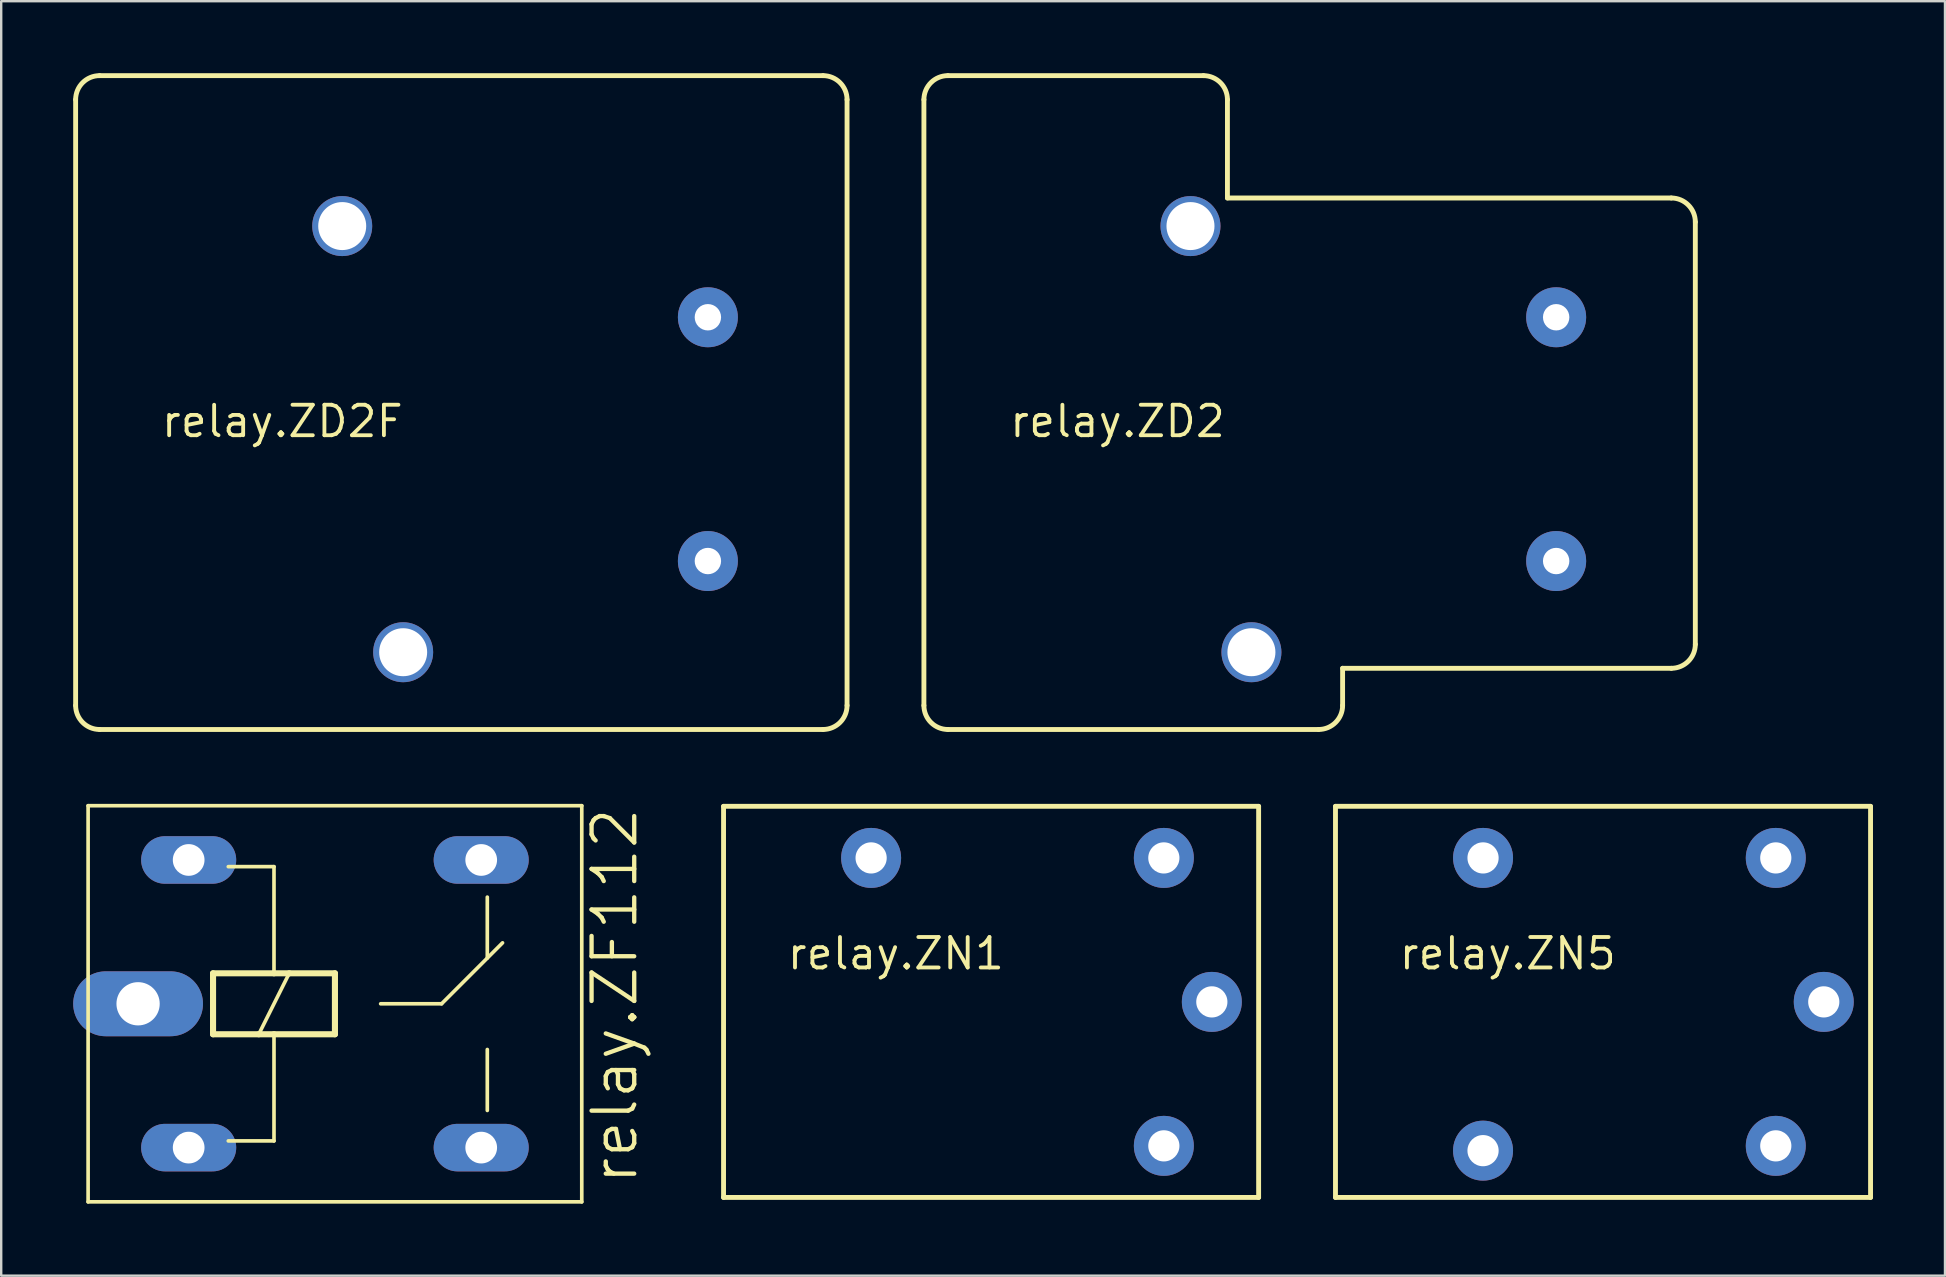
<source format=kicad_pcb>
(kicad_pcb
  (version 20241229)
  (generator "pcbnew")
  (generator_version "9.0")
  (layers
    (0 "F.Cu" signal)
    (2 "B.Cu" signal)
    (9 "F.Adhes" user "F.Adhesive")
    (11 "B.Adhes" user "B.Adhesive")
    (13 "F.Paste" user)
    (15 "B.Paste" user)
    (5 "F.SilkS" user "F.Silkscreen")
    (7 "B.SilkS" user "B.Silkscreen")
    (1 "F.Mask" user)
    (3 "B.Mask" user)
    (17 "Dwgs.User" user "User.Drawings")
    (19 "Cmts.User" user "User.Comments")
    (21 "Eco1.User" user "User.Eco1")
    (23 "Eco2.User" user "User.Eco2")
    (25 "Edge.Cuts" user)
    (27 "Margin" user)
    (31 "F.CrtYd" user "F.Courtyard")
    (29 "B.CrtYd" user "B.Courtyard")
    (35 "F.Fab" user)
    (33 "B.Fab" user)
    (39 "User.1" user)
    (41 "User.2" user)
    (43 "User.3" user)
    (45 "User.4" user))
  (footprint "relay.ZD2"
    (layer "F.Cu")
    (at 51.645 15.252)
    (property "Reference" "relay.ZD2" (at -12.7 0 0) (layer "F.SilkS") (effects (font (size 1.27 1.27) (thickness 0.16)) (justify left bottom)))
    (attr through_hole)
    (fp_line (start -16.19 -14.15) (end -16.19 11.1) (stroke (width 0.203) (type default)) (layer "F.SilkS"))
    (fp_line (start -15.19 12.1) (end 0.26 12.1) (stroke (width 0.203) (type default)) (layer "F.SilkS"))
    (fp_line (start -4.54 -15.15) (end -15.19 -15.15) (stroke (width 0.203) (type default)) (layer "F.SilkS"))
    (fp_line (start -3.54 -10.05) (end -3.54 -14.15) (stroke (width 0.203) (type default)) (layer "F.SilkS"))
    (fp_line (start 1.26 9.55) (end 14.96 9.55) (stroke (width 0.203) (type default)) (layer "F.SilkS"))
    (fp_line (start 1.26 11.1) (end 1.26 9.55) (stroke (width 0.203) (type default)) (layer "F.SilkS"))
    (fp_line (start 14.96 -10.05) (end -3.54 -10.05) (stroke (width 0.203) (type default)) (layer "F.SilkS"))
    (fp_line (start 15.96 8.55) (end 15.96 -9.05) (stroke (width 0.203) (type default)) (layer "F.SilkS"))
    (fp_arc (start -16.19 -14.15) (mid -15.897107 -14.857107) (end -15.19 -15.15) (stroke (width 0.2032) (type default)) (layer "F.SilkS"))
    (fp_arc (start -15.19 12.1) (mid -15.897107 11.807107) (end -16.19 11.1) (stroke (width 0.2032) (type default)) (layer "F.SilkS"))
    (fp_arc (start -4.54 -15.15) (mid -3.832893 -14.857107) (end -3.54 -14.15) (stroke (width 0.2032) (type default)) (layer "F.SilkS"))
    (fp_arc (start 1.26 11.1) (mid 0.967107 11.807107) (end 0.26 12.1) (stroke (width 0.2032) (type default)) (layer "F.SilkS"))
    (fp_arc (start 14.96 -10.05) (mid 15.667107 -9.757107) (end 15.96 -9.05) (stroke (width 0.2032) (type default)) (layer "F.SilkS"))
    (fp_arc (start 15.96 8.55) (mid 15.667107 9.257107) (end 14.96 9.55) (stroke (width 0.2032) (type default)) (layer "F.SilkS"))
    (pad "11" thru_hole circle (at -2.54 8.88 180) (size 2.5 2.5) (drill 2) (layers "*.Cu" "*.Mask"))
    (pad "14" thru_hole circle (at -5.08 -8.88 180) (size 2.5 2.5) (drill 2) (layers "*.Cu" "*.Mask"))
    (pad "A1" thru_hole circle (at 10.16 -5.08 180) (size 2.5 2.5) (drill 1.1) (layers "*.Cu" "*.Mask"))
    (pad "A2" thru_hole circle (at 10.16 5.08 180) (size 2.5 2.5) (drill 1.1) (layers "*.Cu" "*.Mask")))
  (footprint "relay.ZF112"
    (layer "F.Cu")
    (at 10.909 38.784)
    (property "Reference" "relay.ZF112" (at 12.7 7.62 90) (layer "F.SilkS") (effects (font (size 1.778 1.778) (thickness 0.18)) (justify left bottom)))
    (attr through_hole)
    (fp_line (start -10.287 8.255) (end -10.287 -8.255) (stroke (width 0.152) (type default)) (layer "F.SilkS"))
    (fp_line (start -10.287 8.255) (end 10.287 8.255) (stroke (width 0.152) (type default)) (layer "F.SilkS"))
    (fp_line (start -5.08 -1.27) (end -5.08 1.27) (stroke (width 0.254) (type default)) (layer "F.SilkS"))
    (fp_line (start -5.08 1.27) (end -3.175 1.27) (stroke (width 0.254) (type default)) (layer "F.SilkS"))
    (fp_line (start -4.445 -5.715) (end -2.54 -5.715) (stroke (width 0.152) (type default)) (layer "F.SilkS"))
    (fp_line (start -3.175 1.27) (end -2.54 1.27) (stroke (width 0.254) (type default)) (layer "F.SilkS"))
    (fp_line (start -3.175 1.27) (end -1.905 -1.27) (stroke (width 0.152) (type default)) (layer "F.SilkS"))
    (fp_line (start -2.54 -1.27) (end -5.08 -1.27) (stroke (width 0.254) (type default)) (layer "F.SilkS"))
    (fp_line (start -2.54 -1.27) (end -2.54 -5.715) (stroke (width 0.152) (type default)) (layer "F.SilkS"))
    (fp_line (start -2.54 1.27) (end 0 1.27) (stroke (width 0.254) (type default)) (layer "F.SilkS"))
    (fp_line (start -2.54 5.715) (end -4.445 5.715) (stroke (width 0.152) (type default)) (layer "F.SilkS"))
    (fp_line (start -2.54 5.715) (end -2.54 1.27) (stroke (width 0.152) (type default)) (layer "F.SilkS"))
    (fp_line (start -1.905 -1.27) (end -2.54 -1.27) (stroke (width 0.254) (type default)) (layer "F.SilkS"))
    (fp_line (start 0 -1.27) (end -1.905 -1.27) (stroke (width 0.254) (type default)) (layer "F.SilkS"))
    (fp_line (start 0 1.27) (end 0 -1.27) (stroke (width 0.254) (type default)) (layer "F.SilkS"))
    (fp_line (start 1.905 0) (end 4.445 0) (stroke (width 0.152) (type default)) (layer "F.SilkS"))
    (fp_line (start 6.35 -1.905) (end 6.35 -4.445) (stroke (width 0.152) (type default)) (layer "F.SilkS"))
    (fp_line (start 6.35 1.905) (end 6.35 4.445) (stroke (width 0.152) (type default)) (layer "F.SilkS"))
    (fp_line (start 6.985 -2.54) (end 4.445 0) (stroke (width 0.152) (type default)) (layer "F.SilkS"))
    (fp_line (start 10.287 -8.255) (end -10.287 -8.255) (stroke (width 0.152) (type default)) (layer "F.SilkS"))
    (fp_line (start 10.287 -8.255) (end 10.287 8.255) (stroke (width 0.152) (type default)) (layer "F.SilkS"))
    (pad "1" thru_hole oval (at -6.096 -5.994) (size 3.962 1.981) (drill 1.321) (layers "*.Cu" "*.Mask"))
    (pad "2" thru_hole oval (at -6.096 5.994) (size 3.962 1.981) (drill 1.321) (layers "*.Cu" "*.Mask"))
    (pad "O" thru_hole oval (at 6.096 -5.994) (size 3.962 1.981) (drill 1.321) (layers "*.Cu" "*.Mask"))
    (pad "P" thru_hole oval (at -8.204 0) (size 5.41 2.705) (drill 1.803) (layers "*.Cu" "*.Mask"))
    (pad "S" thru_hole oval (at 6.096 5.994) (size 3.962 1.981) (drill 1.321) (layers "*.Cu" "*.Mask")))
  (footprint "relay.ZN5"
    (layer "F.Cu")
    (at 64.068 38.705)
    (property "Reference" "relay.ZN5" (at -8.89 -1.27 0) (layer "F.SilkS") (effects (font (size 1.27 1.27) (thickness 0.16)) (justify left bottom)))
    (attr through_hole)
    (fp_line (start -11.46 -8.15) (end 10.84 -8.15) (stroke (width 0.203) (type default)) (layer "F.SilkS"))
    (fp_line (start -11.46 8.15) (end -11.46 -8.15) (stroke (width 0.203) (type default)) (layer "F.SilkS"))
    (fp_line (start 10.84 -8.15) (end 10.84 8.15) (stroke (width 0.203) (type default)) (layer "F.SilkS"))
    (fp_line (start 10.84 8.15) (end -11.46 8.15) (stroke (width 0.203) (type default)) (layer "F.SilkS"))
    (pad "11" thru_hole circle (at 8.89 0 180) (size 2.5 2.5) (drill 1.3) (layers "*.Cu" "*.Mask"))
    (pad "12" thru_hole circle (at -5.31 6.2 180) (size 2.5 2.5) (drill 1.3) (layers "*.Cu" "*.Mask"))
    (pad "14" thru_hole circle (at -5.31 -6 180) (size 2.5 2.5) (drill 1.3) (layers "*.Cu" "*.Mask"))
    (pad "A1" thru_hole circle (at 6.89 -6 180) (size 2.5 2.5) (drill 1.3) (layers "*.Cu" "*.Mask"))
    (pad "A2" thru_hole circle (at 6.89 6 180) (size 2.5 2.5) (drill 1.3) (layers "*.Cu" "*.Mask")))
  (footprint "relay.ZN1"
    (layer "F.Cu")
    (at 38.565 38.705)
    (property "Reference" "relay.ZN1" (at -8.89 -1.27 0) (layer "F.SilkS") (effects (font (size 1.27 1.27) (thickness 0.16)) (justify left bottom)))
    (attr through_hole)
    (fp_line (start -11.46 -8.15) (end 10.84 -8.15) (stroke (width 0.203) (type default)) (layer "F.SilkS"))
    (fp_line (start -11.46 8.15) (end -11.46 -8.15) (stroke (width 0.203) (type default)) (layer "F.SilkS"))
    (fp_line (start 10.84 -8.15) (end 10.84 8.15) (stroke (width 0.203) (type default)) (layer "F.SilkS"))
    (fp_line (start 10.84 8.15) (end -11.46 8.15) (stroke (width 0.203) (type default)) (layer "F.SilkS"))
    (pad "11" thru_hole circle (at 8.89 0 180) (size 2.5 2.5) (drill 1.3) (layers "*.Cu" "*.Mask"))
    (pad "14" thru_hole circle (at -5.31 -6 180) (size 2.5 2.5) (drill 1.3) (layers "*.Cu" "*.Mask"))
    (pad "A1" thru_hole circle (at 6.89 -6 180) (size 2.5 2.5) (drill 1.3) (layers "*.Cu" "*.Mask"))
    (pad "A2" thru_hole circle (at 6.89 6 180) (size 2.5 2.5) (drill 1.3) (layers "*.Cu" "*.Mask")))
  (footprint "relay.ZD2F"
    (layer "F.Cu")
    (at 16.292 15.252)
    (property "Reference" "relay.ZD2F" (at -12.7 0 0) (layer "F.SilkS") (effects (font (size 1.27 1.27) (thickness 0.16)) (justify left bottom)))
    (attr through_hole)
    (fp_line (start -16.19 -14.15) (end -16.19 11.1) (stroke (width 0.203) (type default)) (layer "F.SilkS"))
    (fp_line (start -15.19 12.1) (end 14.96 12.1) (stroke (width 0.203) (type default)) (layer "F.SilkS"))
    (fp_line (start 14.96 -15.15) (end -15.19 -15.15) (stroke (width 0.203) (type default)) (layer "F.SilkS"))
    (fp_line (start 15.96 11.1) (end 15.96 -14.15) (stroke (width 0.203) (type default)) (layer "F.SilkS"))
    (fp_arc (start -16.19 -14.15) (mid -15.897107 -14.857107) (end -15.19 -15.15) (stroke (width 0.2032) (type default)) (layer "F.SilkS"))
    (fp_arc (start -15.19 12.1) (mid -15.897107 11.807107) (end -16.19 11.1) (stroke (width 0.2032) (type default)) (layer "F.SilkS"))
    (fp_arc (start 14.96 -15.15) (mid 15.667107 -14.857107) (end 15.96 -14.15) (stroke (width 0.2032) (type default)) (layer "F.SilkS"))
    (fp_arc (start 15.96 11.1) (mid 15.667107 11.807107) (end 14.96 12.1) (stroke (width 0.2032) (type default)) (layer "F.SilkS"))
    (pad "11" thru_hole circle (at -2.54 8.88 180) (size 2.5 2.5) (drill 2) (layers "*.Cu" "*.Mask"))
    (pad "14" thru_hole circle (at -5.08 -8.88 180) (size 2.5 2.5) (drill 2) (layers "*.Cu" "*.Mask"))
    (pad "A1" thru_hole circle (at 10.16 -5.08 180) (size 2.5 2.5) (drill 1.1) (layers "*.Cu" "*.Mask"))
    (pad "A2" thru_hole circle (at 10.16 5.08 180) (size 2.5 2.5) (drill 1.1) (layers "*.Cu" "*.Mask")))
  (gr_rect
    (start -3 -3)
    (end 78.01 50.116)
    (stroke (width 0.1) (type default))
    (fill no)
    (layer "Edge.Cuts")))
</source>
